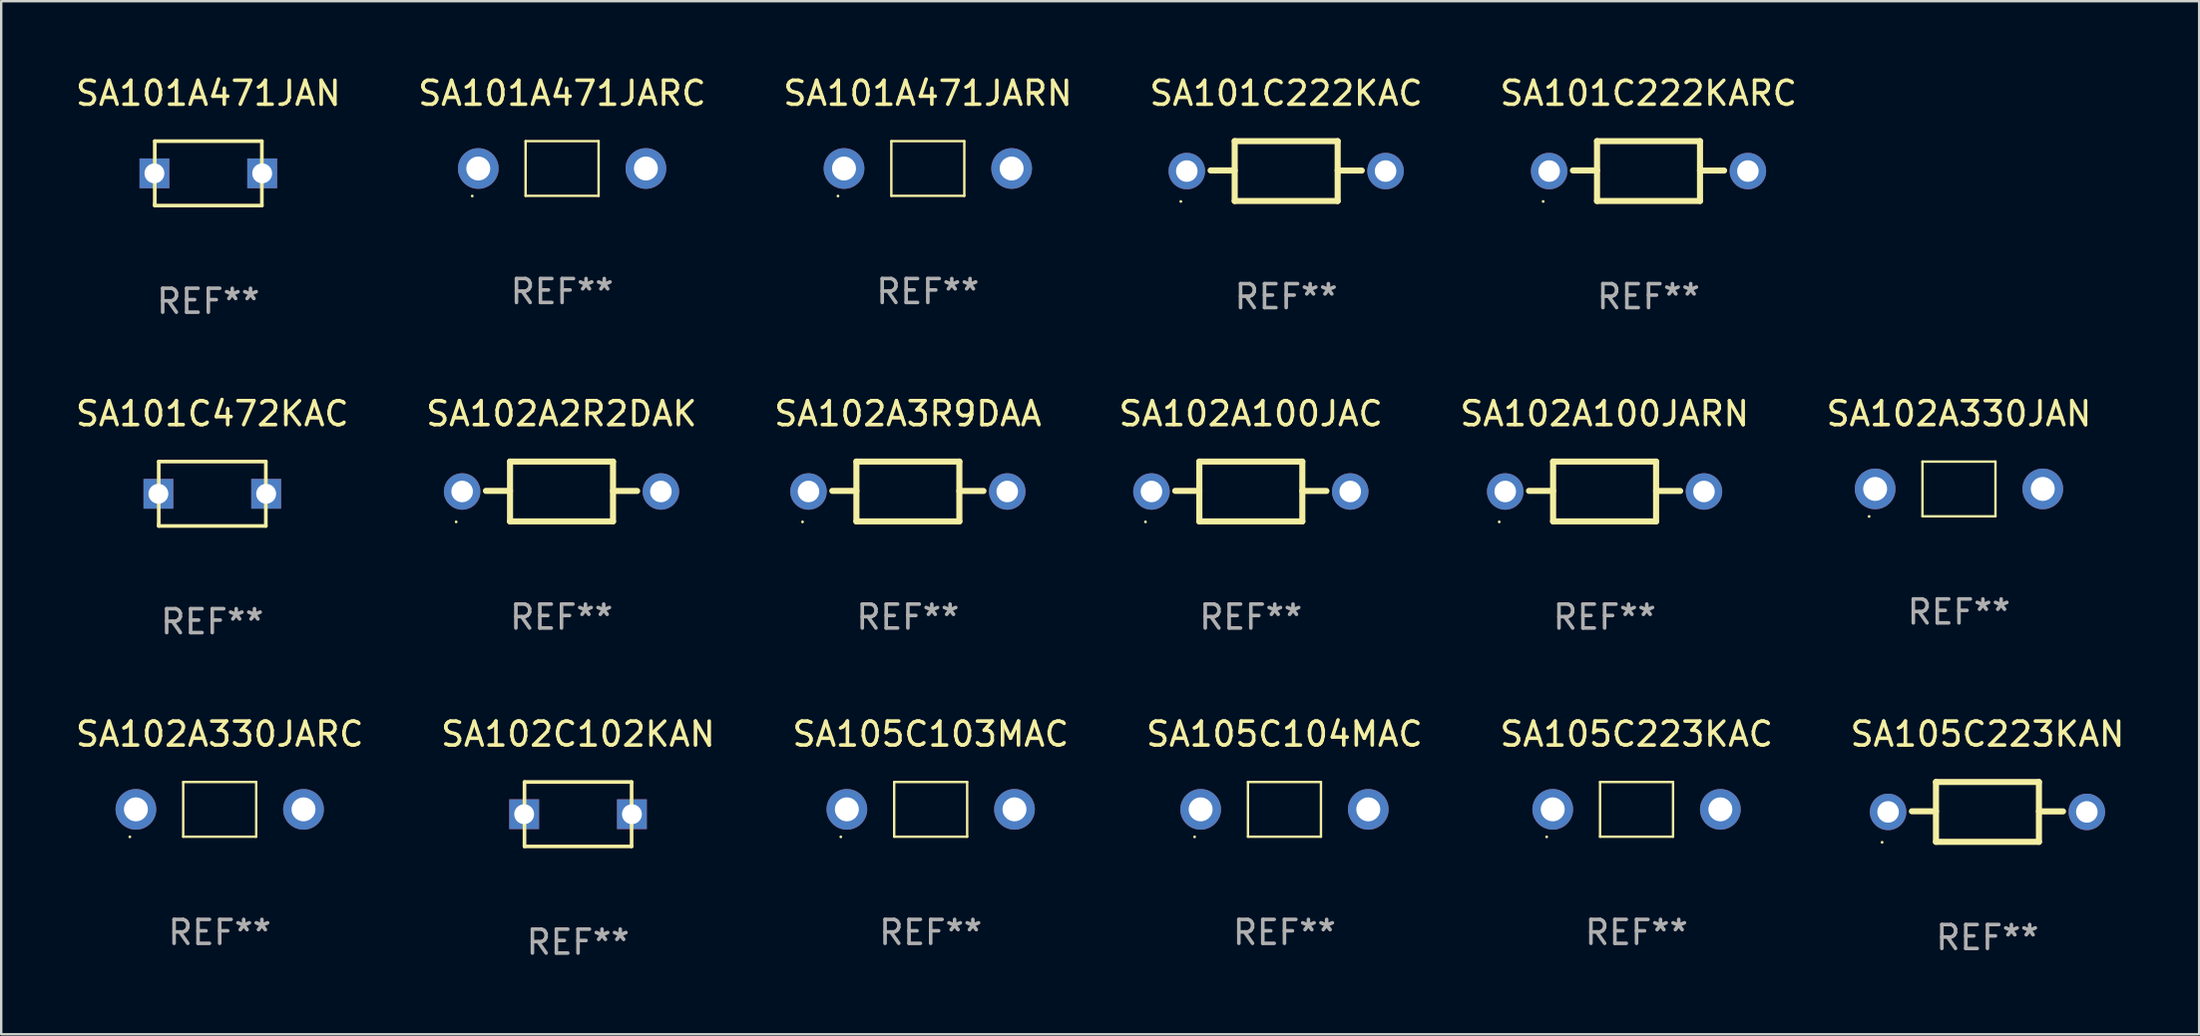
<source format=kicad_pcb>
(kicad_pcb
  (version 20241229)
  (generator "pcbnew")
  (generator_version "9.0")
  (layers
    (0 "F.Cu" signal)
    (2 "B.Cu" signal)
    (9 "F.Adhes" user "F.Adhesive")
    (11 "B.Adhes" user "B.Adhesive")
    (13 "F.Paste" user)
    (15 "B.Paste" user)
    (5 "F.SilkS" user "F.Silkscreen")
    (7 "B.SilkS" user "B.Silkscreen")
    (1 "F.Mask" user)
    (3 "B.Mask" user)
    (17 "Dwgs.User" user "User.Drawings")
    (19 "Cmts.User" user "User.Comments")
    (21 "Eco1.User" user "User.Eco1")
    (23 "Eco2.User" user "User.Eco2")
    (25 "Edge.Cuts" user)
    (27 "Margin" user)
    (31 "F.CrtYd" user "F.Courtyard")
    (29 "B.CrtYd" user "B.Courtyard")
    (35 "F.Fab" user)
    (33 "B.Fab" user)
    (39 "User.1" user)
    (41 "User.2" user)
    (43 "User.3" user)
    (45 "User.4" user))
  (footprint "SA105C223KAN"
    (layer "F.Cu")
    (at 79.946 30.876)
    (property "Reference" "SA105C223KAN" (at 0 -3.25 0) (layer "F.SilkS") (effects (font (size 1 1) (thickness 0.15))))
    (attr through_hole)
    (fp_line (start -2.15 -1.25) (end 2.15 -1.25) (stroke (width 0.254) (type solid)) (layer "F.SilkS"))
    (fp_line (start -2.15 -0.026) (end -3.157 -0.026) (stroke (width 0.254) (type solid)) (layer "F.SilkS"))
    (fp_line (start -2.15 1.25) (end -2.15 -1.25) (stroke (width 0.254) (type solid)) (layer "F.SilkS"))
    (fp_line (start 2.15 -1.25) (end 2.15 1.25) (stroke (width 0.254) (type solid)) (layer "F.SilkS"))
    (fp_line (start 2.15 -0.022) (end 3.157 -0.022) (stroke (width 0.254) (type solid)) (layer "F.SilkS"))
    (fp_line (start 2.15 1.25) (end -2.15 1.25) (stroke (width 0.254) (type solid)) (layer "F.SilkS"))
    (fp_circle (center -4.4 1.27) (end -4.37 1.27) (stroke (width 0.06) (type solid)) (fill no) (layer "F.SilkS"))
    (fp_text user "REF**" (at 0 5.25 0) (layer "F.Fab") (effects (font (size 1 1) (thickness 0.15))))
    (pad "1" thru_hole circle (at -4.15 0) (size 1.524 1.524) (drill 0.9) (layers "*.Cu" "*.Mask"))
    (pad "2" thru_hole circle (at 4.15 0) (size 1.524 1.524) (drill 0.9) (layers "*.Cu" "*.Mask")))
  (footprint "SA101A471JAN"
    (layer "F.Cu")
    (at 5.649 4.194)
    (property "Reference" "SA101A471JAN" (at 0 -3.346 0) (layer "F.SilkS") (effects (font (size 1 1) (thickness 0.15))))
    (attr through_hole)
    (fp_line (start -2.236 -1.346) (end 2.236 -1.346) (stroke (width 0.152) (type solid)) (layer "F.SilkS"))
    (fp_line (start -2.236 1.346) (end -2.236 -1.346) (stroke (width 0.152) (type solid)) (layer "F.SilkS"))
    (fp_line (start 2.236 -1.346) (end 2.236 1.346) (stroke (width 0.152) (type solid)) (layer "F.SilkS"))
    (fp_line (start 2.236 1.346) (end -2.236 1.346) (stroke (width 0.152) (type solid)) (layer "F.SilkS"))
    (fp_circle (center -2.25 1.27) (end -2.22 1.27) (stroke (width 0.06) (type solid)) (fill no) (layer "F.SilkS"))
    (fp_text user "REF**" (at 0 5.346 0) (layer "F.Fab") (effects (font (size 1 1) (thickness 0.15))))
    (pad "1" thru_hole rect (at -2.25 0) (size 1.245 1.245) (drill 0.83) (layers "*.Cu" "*.Mask"))
    (pad "2" thru_hole rect (at 2.25 0 180) (size 1.245 1.245) (drill 0.83) (layers "*.Cu" "*.Mask")))
  (footprint "SA101C222KARC"
    (layer "F.Cu")
    (at 65.792 4.098)
    (property "Reference" "SA101C222KARC" (at 0 -3.25 0) (layer "F.SilkS") (effects (font (size 1 1) (thickness 0.15))))
    (attr through_hole)
    (fp_line (start -2.15 -1.25) (end 2.15 -1.25) (stroke (width 0.254) (type solid)) (layer "F.SilkS"))
    (fp_line (start -2.15 -0.026) (end -3.157 -0.026) (stroke (width 0.254) (type solid)) (layer "F.SilkS"))
    (fp_line (start -2.15 1.25) (end -2.15 -1.25) (stroke (width 0.254) (type solid)) (layer "F.SilkS"))
    (fp_line (start 2.15 -1.25) (end 2.15 1.25) (stroke (width 0.254) (type solid)) (layer "F.SilkS"))
    (fp_line (start 2.15 -0.022) (end 3.157 -0.022) (stroke (width 0.254) (type solid)) (layer "F.SilkS"))
    (fp_line (start 2.15 1.25) (end -2.15 1.25) (stroke (width 0.254) (type solid)) (layer "F.SilkS"))
    (fp_circle (center -4.4 1.27) (end -4.37 1.27) (stroke (width 0.06) (type solid)) (fill no) (layer "F.SilkS"))
    (fp_text user "REF**" (at 0 5.25 0) (layer "F.Fab") (effects (font (size 1 1) (thickness 0.15))))
    (pad "1" thru_hole circle (at -4.15 0) (size 1.524 1.524) (drill 0.9) (layers "*.Cu" "*.Mask"))
    (pad "2" thru_hole circle (at 4.15 0) (size 1.524 1.524) (drill 0.9) (layers "*.Cu" "*.Mask")))
  (footprint "SA102A2R2DAK"
    (layer "F.Cu")
    (at 20.399 17.487)
    (property "Reference" "SA102A2R2DAK" (at 0 -3.25 0) (layer "F.SilkS") (effects (font (size 1 1) (thickness 0.15))))
    (attr through_hole)
    (fp_line (start -2.15 -1.25) (end 2.15 -1.25) (stroke (width 0.254) (type solid)) (layer "F.SilkS"))
    (fp_line (start -2.15 -0.026) (end -3.157 -0.026) (stroke (width 0.254) (type solid)) (layer "F.SilkS"))
    (fp_line (start -2.15 1.25) (end -2.15 -1.25) (stroke (width 0.254) (type solid)) (layer "F.SilkS"))
    (fp_line (start 2.15 -1.25) (end 2.15 1.25) (stroke (width 0.254) (type solid)) (layer "F.SilkS"))
    (fp_line (start 2.15 -0.022) (end 3.157 -0.022) (stroke (width 0.254) (type solid)) (layer "F.SilkS"))
    (fp_line (start 2.15 1.25) (end -2.15 1.25) (stroke (width 0.254) (type solid)) (layer "F.SilkS"))
    (fp_circle (center -4.4 1.27) (end -4.37 1.27) (stroke (width 0.06) (type solid)) (fill no) (layer "F.SilkS"))
    (fp_text user "REF**" (at 0 5.25 0) (layer "F.Fab") (effects (font (size 1 1) (thickness 0.15))))
    (pad "1" thru_hole circle (at -4.15 0) (size 1.524 1.524) (drill 0.9) (layers "*.Cu" "*.Mask"))
    (pad "2" thru_hole circle (at 4.15 0) (size 1.524 1.524) (drill 0.9) (layers "*.Cu" "*.Mask")))
  (footprint "SA102A100JAC"
    (layer "F.Cu")
    (at 49.185 17.487)
    (property "Reference" "SA102A100JAC" (at 0 -3.25 0) (layer "F.SilkS") (effects (font (size 1 1) (thickness 0.15))))
    (attr through_hole)
    (fp_line (start -2.15 -1.25) (end 2.15 -1.25) (stroke (width 0.254) (type solid)) (layer "F.SilkS"))
    (fp_line (start -2.15 -0.026) (end -3.157 -0.026) (stroke (width 0.254) (type solid)) (layer "F.SilkS"))
    (fp_line (start -2.15 1.25) (end -2.15 -1.25) (stroke (width 0.254) (type solid)) (layer "F.SilkS"))
    (fp_line (start 2.15 -1.25) (end 2.15 1.25) (stroke (width 0.254) (type solid)) (layer "F.SilkS"))
    (fp_line (start 2.15 -0.022) (end 3.157 -0.022) (stroke (width 0.254) (type solid)) (layer "F.SilkS"))
    (fp_line (start 2.15 1.25) (end -2.15 1.25) (stroke (width 0.254) (type solid)) (layer "F.SilkS"))
    (fp_circle (center -4.4 1.27) (end -4.37 1.27) (stroke (width 0.06) (type solid)) (fill no) (layer "F.SilkS"))
    (fp_text user "REF**" (at 0 5.25 0) (layer "F.Fab") (effects (font (size 1 1) (thickness 0.15))))
    (pad "1" thru_hole circle (at -4.15 0) (size 1.524 1.524) (drill 0.9) (layers "*.Cu" "*.Mask"))
    (pad "2" thru_hole circle (at 4.15 0) (size 1.524 1.524) (drill 0.9) (layers "*.Cu" "*.Mask")))
  (footprint "SA101C472KAC"
    (layer "F.Cu")
    (at 5.815 17.583)
    (property "Reference" "SA101C472KAC" (at 0 -3.346 0) (layer "F.SilkS") (effects (font (size 1 1) (thickness 0.15))))
    (attr through_hole)
    (fp_line (start -2.236 -1.346) (end 2.236 -1.346) (stroke (width 0.152) (type solid)) (layer "F.SilkS"))
    (fp_line (start -2.236 1.346) (end -2.236 -1.346) (stroke (width 0.152) (type solid)) (layer "F.SilkS"))
    (fp_line (start 2.236 -1.346) (end 2.236 1.346) (stroke (width 0.152) (type solid)) (layer "F.SilkS"))
    (fp_line (start 2.236 1.346) (end -2.236 1.346) (stroke (width 0.152) (type solid)) (layer "F.SilkS"))
    (fp_circle (center -2.25 1.27) (end -2.22 1.27) (stroke (width 0.06) (type solid)) (fill no) (layer "F.SilkS"))
    (fp_text user "REF**" (at 0 5.346 0) (layer "F.Fab") (effects (font (size 1 1) (thickness 0.15))))
    (pad "1" thru_hole rect (at -2.25 0) (size 1.245 1.245) (drill 0.83) (layers "*.Cu" "*.Mask"))
    (pad "2" thru_hole rect (at 2.25 0 180) (size 1.245 1.245) (drill 0.83) (layers "*.Cu" "*.Mask")))
  (footprint "SA102A330JARC"
    (layer "F.Cu")
    (at 6.125 30.769)
    (property "Reference" "SA102A330JARC" (at 0 -3.143 0) (layer "F.SilkS") (effects (font (size 1 1) (thickness 0.15))))
    (attr through_hole)
    (fp_line (start -1.524 -1.143) (end -1.524 1.143) (stroke (width 0.1) (type solid)) (layer "F.SilkS"))
    (fp_line (start -1.524 1.143) (end 1.524 1.143) (stroke (width 0.1) (type solid)) (layer "F.SilkS"))
    (fp_line (start 1.524 -1.143) (end -1.524 -1.143) (stroke (width 0.1) (type solid)) (layer "F.SilkS"))
    (fp_line (start 1.524 1.143) (end 1.524 -1.143) (stroke (width 0.1) (type solid)) (layer "F.SilkS"))
    (fp_circle (center -3.753 1.15) (end -3.723 1.15) (stroke (width 0.06) (type solid)) (fill no) (layer "F.SilkS"))
    (fp_text user "REF**" (at 0 5.143 0) (layer "F.Fab") (effects (font (size 1 1) (thickness 0.15))))
    (pad "1" thru_hole circle (at -3.5 0) (size 1.7 1.7) (drill 1) (layers "*.Cu" "*.Mask"))
    (pad "2" thru_hole circle (at 3.5 0) (size 1.7 1.7) (drill 1) (layers "*.Cu" "*.Mask")))
  (footprint "SA101C222KAC"
    (layer "F.Cu")
    (at 50.661 4.098)
    (property "Reference" "SA101C222KAC" (at 0 -3.25 0) (layer "F.SilkS") (effects (font (size 1 1) (thickness 0.15))))
    (attr through_hole)
    (fp_line (start -2.15 -1.25) (end 2.15 -1.25) (stroke (width 0.254) (type solid)) (layer "F.SilkS"))
    (fp_line (start -2.15 -0.026) (end -3.157 -0.026) (stroke (width 0.254) (type solid)) (layer "F.SilkS"))
    (fp_line (start -2.15 1.25) (end -2.15 -1.25) (stroke (width 0.254) (type solid)) (layer "F.SilkS"))
    (fp_line (start 2.15 -1.25) (end 2.15 1.25) (stroke (width 0.254) (type solid)) (layer "F.SilkS"))
    (fp_line (start 2.15 -0.022) (end 3.157 -0.022) (stroke (width 0.254) (type solid)) (layer "F.SilkS"))
    (fp_line (start 2.15 1.25) (end -2.15 1.25) (stroke (width 0.254) (type solid)) (layer "F.SilkS"))
    (fp_circle (center -4.4 1.27) (end -4.37 1.27) (stroke (width 0.06) (type solid)) (fill no) (layer "F.SilkS"))
    (fp_text user "REF**" (at 0 5.25 0) (layer "F.Fab") (effects (font (size 1 1) (thickness 0.15))))
    (pad "1" thru_hole circle (at -4.15 0) (size 1.524 1.524) (drill 0.9) (layers "*.Cu" "*.Mask"))
    (pad "2" thru_hole circle (at 4.15 0) (size 1.524 1.524) (drill 0.9) (layers "*.Cu" "*.Mask")))
  (footprint "SA105C103MAC"
    (layer "F.Cu")
    (at 35.815 30.769)
    (property "Reference" "SA105C103MAC" (at 0 -3.143 0) (layer "F.SilkS") (effects (font (size 1 1) (thickness 0.15))))
    (attr through_hole)
    (fp_line (start -1.524 -1.143) (end -1.524 1.143) (stroke (width 0.1) (type solid)) (layer "F.SilkS"))
    (fp_line (start -1.524 1.143) (end 1.524 1.143) (stroke (width 0.1) (type solid)) (layer "F.SilkS"))
    (fp_line (start 1.524 -1.143) (end -1.524 -1.143) (stroke (width 0.1) (type solid)) (layer "F.SilkS"))
    (fp_line (start 1.524 1.143) (end 1.524 -1.143) (stroke (width 0.1) (type solid)) (layer "F.SilkS"))
    (fp_circle (center -3.753 1.15) (end -3.723 1.15) (stroke (width 0.06) (type solid)) (fill no) (layer "F.SilkS"))
    (fp_text user "REF**" (at 0 5.143 0) (layer "F.Fab") (effects (font (size 1 1) (thickness 0.15))))
    (pad "1" thru_hole circle (at -3.5 0) (size 1.7 1.7) (drill 1) (layers "*.Cu" "*.Mask"))
    (pad "2" thru_hole circle (at 3.5 0) (size 1.7 1.7) (drill 1) (layers "*.Cu" "*.Mask")))
  (footprint "SA105C223KAC"
    (layer "F.Cu")
    (at 65.292 30.769)
    (property "Reference" "SA105C223KAC" (at 0 -3.143 0) (layer "F.SilkS") (effects (font (size 1 1) (thickness 0.15))))
    (attr through_hole)
    (fp_line (start -1.524 -1.143) (end -1.524 1.143) (stroke (width 0.1) (type solid)) (layer "F.SilkS"))
    (fp_line (start -1.524 1.143) (end 1.524 1.143) (stroke (width 0.1) (type solid)) (layer "F.SilkS"))
    (fp_line (start 1.524 -1.143) (end -1.524 -1.143) (stroke (width 0.1) (type solid)) (layer "F.SilkS"))
    (fp_line (start 1.524 1.143) (end 1.524 -1.143) (stroke (width 0.1) (type solid)) (layer "F.SilkS"))
    (fp_circle (center -3.753 1.15) (end -3.723 1.15) (stroke (width 0.06) (type solid)) (fill no) (layer "F.SilkS"))
    (fp_text user "REF**" (at 0 5.143 0) (layer "F.Fab") (effects (font (size 1 1) (thickness 0.15))))
    (pad "1" thru_hole circle (at -3.5 0) (size 1.7 1.7) (drill 1) (layers "*.Cu" "*.Mask"))
    (pad "2" thru_hole circle (at 3.5 0) (size 1.7 1.7) (drill 1) (layers "*.Cu" "*.Mask")))
  (footprint "SA105C104MAC"
    (layer "F.Cu")
    (at 50.589 30.769)
    (property "Reference" "SA105C104MAC" (at 0 -3.143 0) (layer "F.SilkS") (effects (font (size 1 1) (thickness 0.15))))
    (attr through_hole)
    (fp_line (start -1.524 -1.143) (end -1.524 1.143) (stroke (width 0.1) (type solid)) (layer "F.SilkS"))
    (fp_line (start -1.524 1.143) (end 1.524 1.143) (stroke (width 0.1) (type solid)) (layer "F.SilkS"))
    (fp_line (start 1.524 -1.143) (end -1.524 -1.143) (stroke (width 0.1) (type solid)) (layer "F.SilkS"))
    (fp_line (start 1.524 1.143) (end 1.524 -1.143) (stroke (width 0.1) (type solid)) (layer "F.SilkS"))
    (fp_circle (center -3.753 1.15) (end -3.723 1.15) (stroke (width 0.06) (type solid)) (fill no) (layer "F.SilkS"))
    (fp_text user "REF**" (at 0 5.143 0) (layer "F.Fab") (effects (font (size 1 1) (thickness 0.15))))
    (pad "1" thru_hole circle (at -3.5 0) (size 1.7 1.7) (drill 1) (layers "*.Cu" "*.Mask"))
    (pad "2" thru_hole circle (at 3.5 0) (size 1.7 1.7) (drill 1) (layers "*.Cu" "*.Mask")))
  (footprint "SA102A330JAN"
    (layer "F.Cu")
    (at 78.756 17.38)
    (property "Reference" "SA102A330JAN" (at 0 -3.143 0) (layer "F.SilkS") (effects (font (size 1 1) (thickness 0.15))))
    (attr through_hole)
    (fp_line (start -1.524 -1.143) (end -1.524 1.143) (stroke (width 0.1) (type solid)) (layer "F.SilkS"))
    (fp_line (start -1.524 1.143) (end 1.524 1.143) (stroke (width 0.1) (type solid)) (layer "F.SilkS"))
    (fp_line (start 1.524 -1.143) (end -1.524 -1.143) (stroke (width 0.1) (type solid)) (layer "F.SilkS"))
    (fp_line (start 1.524 1.143) (end 1.524 -1.143) (stroke (width 0.1) (type solid)) (layer "F.SilkS"))
    (fp_circle (center -3.753 1.15) (end -3.723 1.15) (stroke (width 0.06) (type solid)) (fill no) (layer "F.SilkS"))
    (fp_text user "REF**" (at 0 5.143 0) (layer "F.Fab") (effects (font (size 1 1) (thickness 0.15))))
    (pad "1" thru_hole circle (at -3.5 0) (size 1.7 1.7) (drill 1) (layers "*.Cu" "*.Mask"))
    (pad "2" thru_hole circle (at 3.5 0) (size 1.7 1.7) (drill 1) (layers "*.Cu" "*.Mask")))
  (footprint "SA102A3R9DAA"
    (layer "F.Cu")
    (at 34.863 17.487)
    (property "Reference" "SA102A3R9DAA" (at 0 -3.25 0) (layer "F.SilkS") (effects (font (size 1 1) (thickness 0.15))))
    (attr through_hole)
    (fp_line (start -2.15 -1.25) (end 2.15 -1.25) (stroke (width 0.254) (type solid)) (layer "F.SilkS"))
    (fp_line (start -2.15 -0.026) (end -3.157 -0.026) (stroke (width 0.254) (type solid)) (layer "F.SilkS"))
    (fp_line (start -2.15 1.25) (end -2.15 -1.25) (stroke (width 0.254) (type solid)) (layer "F.SilkS"))
    (fp_line (start 2.15 -1.25) (end 2.15 1.25) (stroke (width 0.254) (type solid)) (layer "F.SilkS"))
    (fp_line (start 2.15 -0.022) (end 3.157 -0.022) (stroke (width 0.254) (type solid)) (layer "F.SilkS"))
    (fp_line (start 2.15 1.25) (end -2.15 1.25) (stroke (width 0.254) (type solid)) (layer "F.SilkS"))
    (fp_circle (center -4.4 1.27) (end -4.37 1.27) (stroke (width 0.06) (type solid)) (fill no) (layer "F.SilkS"))
    (fp_text user "REF**" (at 0 5.25 0) (layer "F.Fab") (effects (font (size 1 1) (thickness 0.15))))
    (pad "1" thru_hole circle (at -4.15 0) (size 1.524 1.524) (drill 0.9) (layers "*.Cu" "*.Mask"))
    (pad "2" thru_hole circle (at 4.15 0) (size 1.524 1.524) (drill 0.9) (layers "*.Cu" "*.Mask")))
  (footprint "SA102A100JARN"
    (layer "F.Cu")
    (at 63.958 17.487)
    (property "Reference" "SA102A100JARN" (at 0 -3.25 0) (layer "F.SilkS") (effects (font (size 1 1) (thickness 0.15))))
    (attr through_hole)
    (fp_line (start -2.15 -1.25) (end 2.15 -1.25) (stroke (width 0.254) (type solid)) (layer "F.SilkS"))
    (fp_line (start -2.15 -0.026) (end -3.157 -0.026) (stroke (width 0.254) (type solid)) (layer "F.SilkS"))
    (fp_line (start -2.15 1.25) (end -2.15 -1.25) (stroke (width 0.254) (type solid)) (layer "F.SilkS"))
    (fp_line (start 2.15 -1.25) (end 2.15 1.25) (stroke (width 0.254) (type solid)) (layer "F.SilkS"))
    (fp_line (start 2.15 -0.022) (end 3.157 -0.022) (stroke (width 0.254) (type solid)) (layer "F.SilkS"))
    (fp_line (start 2.15 1.25) (end -2.15 1.25) (stroke (width 0.254) (type solid)) (layer "F.SilkS"))
    (fp_circle (center -4.4 1.27) (end -4.37 1.27) (stroke (width 0.06) (type solid)) (fill no) (layer "F.SilkS"))
    (fp_text user "REF**" (at 0 5.25 0) (layer "F.Fab") (effects (font (size 1 1) (thickness 0.15))))
    (pad "1" thru_hole circle (at -4.15 0) (size 1.524 1.524) (drill 0.9) (layers "*.Cu" "*.Mask"))
    (pad "2" thru_hole circle (at 4.15 0) (size 1.524 1.524) (drill 0.9) (layers "*.Cu" "*.Mask")))
  (footprint "SA101A471JARN"
    (layer "F.Cu")
    (at 35.696 3.991)
    (property "Reference" "SA101A471JARN" (at 0 -3.143 0) (layer "F.SilkS") (effects (font (size 1 1) (thickness 0.15))))
    (attr through_hole)
    (fp_line (start -1.524 -1.143) (end -1.524 1.143) (stroke (width 0.1) (type solid)) (layer "F.SilkS"))
    (fp_line (start -1.524 1.143) (end 1.524 1.143) (stroke (width 0.1) (type solid)) (layer "F.SilkS"))
    (fp_line (start 1.524 -1.143) (end -1.524 -1.143) (stroke (width 0.1) (type solid)) (layer "F.SilkS"))
    (fp_line (start 1.524 1.143) (end 1.524 -1.143) (stroke (width 0.1) (type solid)) (layer "F.SilkS"))
    (fp_circle (center -3.753 1.15) (end -3.723 1.15) (stroke (width 0.06) (type solid)) (fill no) (layer "F.SilkS"))
    (fp_text user "REF**" (at 0 5.143 0) (layer "F.Fab") (effects (font (size 1 1) (thickness 0.15))))
    (pad "1" thru_hole circle (at -3.5 0) (size 1.7 1.7) (drill 1) (layers "*.Cu" "*.Mask"))
    (pad "2" thru_hole circle (at 3.5 0) (size 1.7 1.7) (drill 1) (layers "*.Cu" "*.Mask")))
  (footprint "SA102C102KAN"
    (layer "F.Cu")
    (at 21.089 30.972)
    (property "Reference" "SA102C102KAN" (at 0 -3.346 0) (layer "F.SilkS") (effects (font (size 1 1) (thickness 0.15))))
    (attr through_hole)
    (fp_line (start -2.236 -1.346) (end 2.236 -1.346) (stroke (width 0.152) (type solid)) (layer "F.SilkS"))
    (fp_line (start -2.236 1.346) (end -2.236 -1.346) (stroke (width 0.152) (type solid)) (layer "F.SilkS"))
    (fp_line (start 2.236 -1.346) (end 2.236 1.346) (stroke (width 0.152) (type solid)) (layer "F.SilkS"))
    (fp_line (start 2.236 1.346) (end -2.236 1.346) (stroke (width 0.152) (type solid)) (layer "F.SilkS"))
    (fp_circle (center -2.25 1.27) (end -2.22 1.27) (stroke (width 0.06) (type solid)) (fill no) (layer "F.SilkS"))
    (fp_text user "REF**" (at 0 5.346 0) (layer "F.Fab") (effects (font (size 1 1) (thickness 0.15))))
    (pad "1" thru_hole rect (at -2.25 0) (size 1.245 1.245) (drill 0.83) (layers "*.Cu" "*.Mask"))
    (pad "2" thru_hole rect (at 2.25 0 180) (size 1.245 1.245) (drill 0.83) (layers "*.Cu" "*.Mask")))
  (footprint "SA101A471JARC"
    (layer "F.Cu")
    (at 20.423 3.991)
    (property "Reference" "SA101A471JARC" (at 0 -3.143 0) (layer "F.SilkS") (effects (font (size 1 1) (thickness 0.15))))
    (attr through_hole)
    (fp_line (start -1.524 -1.143) (end -1.524 1.143) (stroke (width 0.1) (type solid)) (layer "F.SilkS"))
    (fp_line (start -1.524 1.143) (end 1.524 1.143) (stroke (width 0.1) (type solid)) (layer "F.SilkS"))
    (fp_line (start 1.524 -1.143) (end -1.524 -1.143) (stroke (width 0.1) (type solid)) (layer "F.SilkS"))
    (fp_line (start 1.524 1.143) (end 1.524 -1.143) (stroke (width 0.1) (type solid)) (layer "F.SilkS"))
    (fp_circle (center -3.753 1.15) (end -3.723 1.15) (stroke (width 0.06) (type solid)) (fill no) (layer "F.SilkS"))
    (fp_text user "REF**" (at 0 5.143 0) (layer "F.Fab") (effects (font (size 1 1) (thickness 0.15))))
    (pad "1" thru_hole circle (at -3.5 0) (size 1.7 1.7) (drill 1) (layers "*.Cu" "*.Mask"))
    (pad "2" thru_hole circle (at 3.5 0) (size 1.7 1.7) (drill 1) (layers "*.Cu" "*.Mask")))
  (gr_rect
    (start -3 -3)
    (end 88.786 40.167)
    (stroke (width 0.1) (type default))
    (fill no)
    (layer "Edge.Cuts")))
</source>
